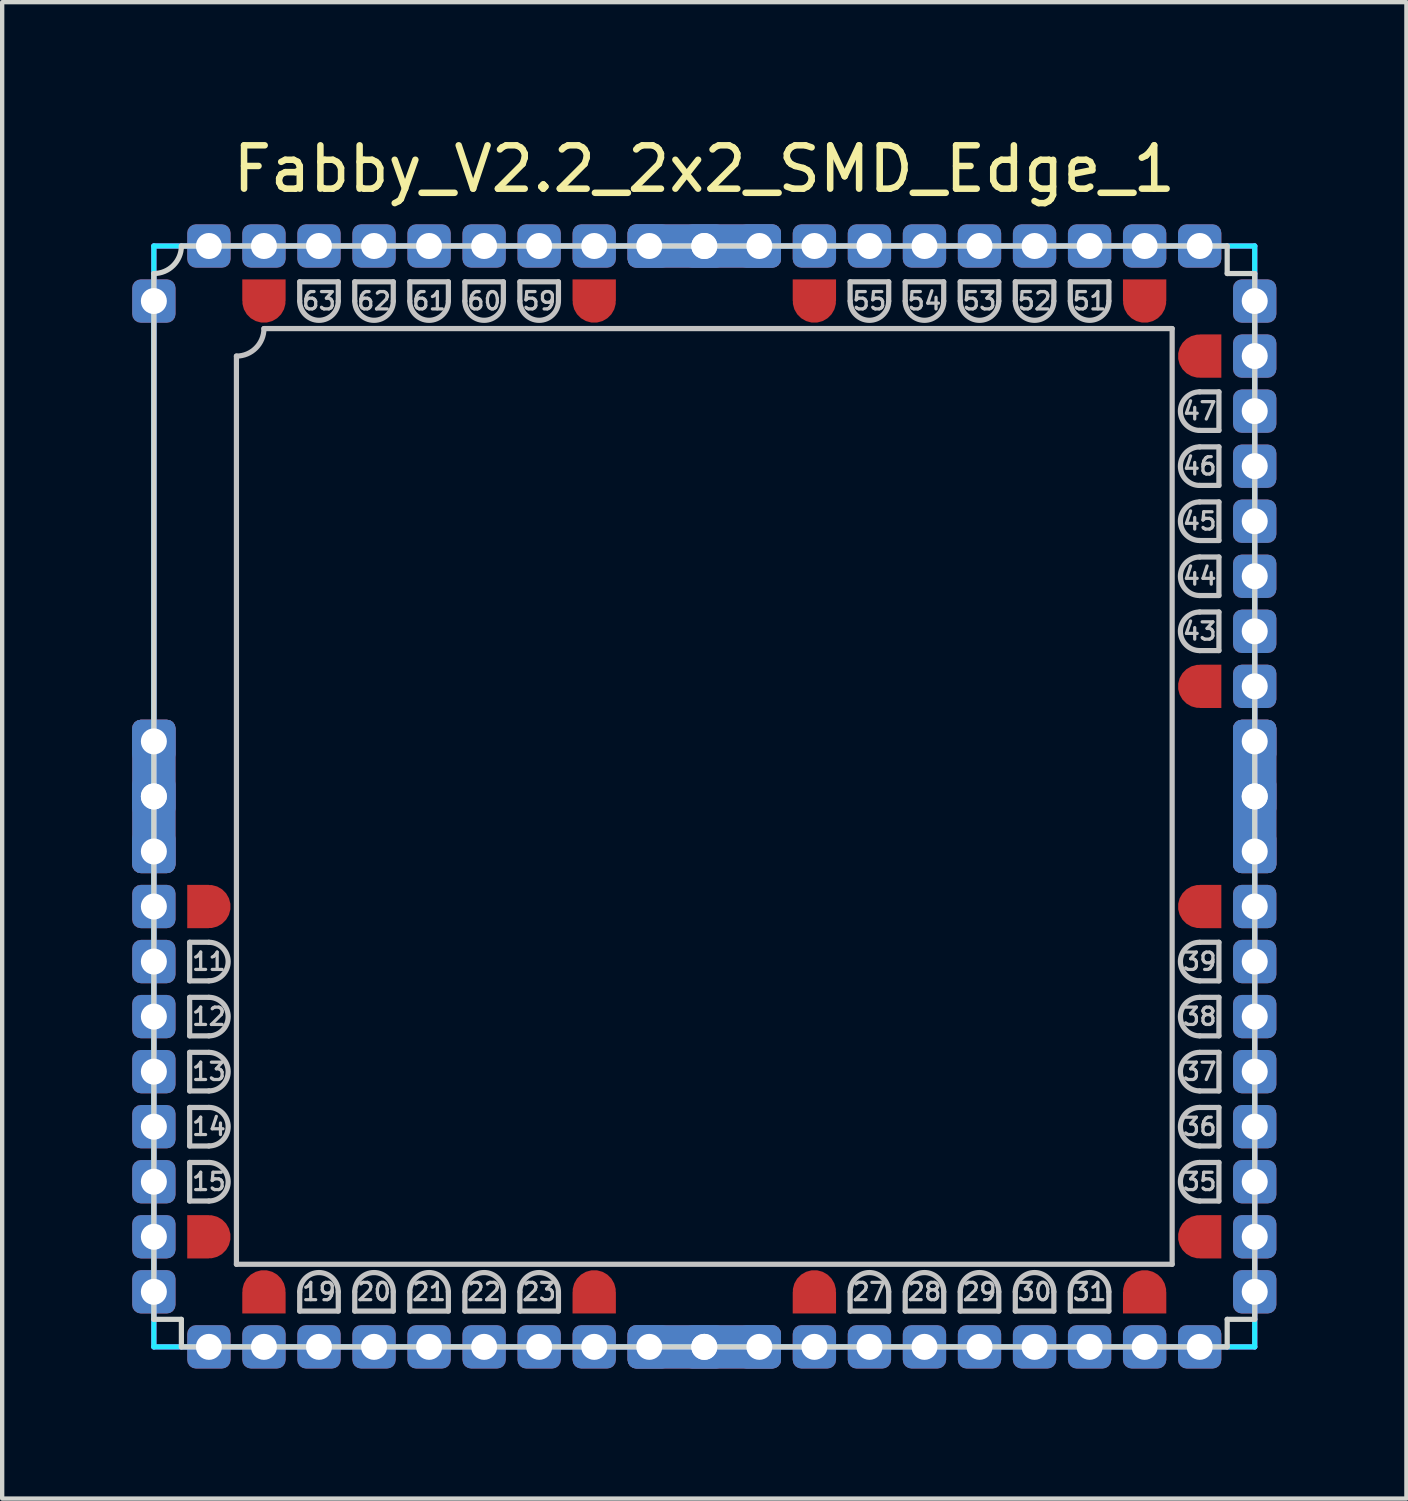
<source format=kicad_pcb>
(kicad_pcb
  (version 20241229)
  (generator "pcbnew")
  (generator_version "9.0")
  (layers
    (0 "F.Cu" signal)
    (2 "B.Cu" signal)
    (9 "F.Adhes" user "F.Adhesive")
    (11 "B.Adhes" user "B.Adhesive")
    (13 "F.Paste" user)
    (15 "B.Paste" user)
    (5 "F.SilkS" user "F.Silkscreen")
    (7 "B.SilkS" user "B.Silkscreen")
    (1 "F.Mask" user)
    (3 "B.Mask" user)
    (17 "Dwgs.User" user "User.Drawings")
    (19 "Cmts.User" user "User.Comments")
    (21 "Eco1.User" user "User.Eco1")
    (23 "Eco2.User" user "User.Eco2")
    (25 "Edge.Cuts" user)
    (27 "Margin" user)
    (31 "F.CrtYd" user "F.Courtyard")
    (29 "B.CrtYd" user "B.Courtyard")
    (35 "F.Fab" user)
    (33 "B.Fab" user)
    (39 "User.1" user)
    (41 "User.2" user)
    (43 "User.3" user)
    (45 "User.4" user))
  (footprint "Fabby_V2.2_2x2_SMD_Edge_1"
    (layer "F.Cu")
    (at 13.2 15.326)
    (property "Reference" "Fabby_V2.2_2x2_SMD_Edge_1" (at 0 -14.478 0) (layer "F.SilkS") (effects (font (size 1 1) (thickness 0.15))))
    (attr through_hole)
    (fp_line (start -11.874 3.365) (end -11.874 4.255) (stroke (width 0.12) (type solid)) (layer "Dwgs.User"))
    (fp_line (start -11.874 3.365) (end -11.43 3.365) (stroke (width 0.12) (type solid)) (layer "Dwgs.User"))
    (fp_line (start -11.874 4.255) (end -11.43 4.255) (stroke (width 0.12) (type solid)) (layer "Dwgs.User"))
    (fp_line (start -11.874 4.636) (end -11.874 5.524) (stroke (width 0.12) (type solid)) (layer "Dwgs.User"))
    (fp_line (start -11.874 4.636) (end -11.43 4.636) (stroke (width 0.12) (type solid)) (layer "Dwgs.User"))
    (fp_line (start -11.874 5.524) (end -11.43 5.524) (stroke (width 0.12) (type solid)) (layer "Dwgs.User"))
    (fp_line (start -11.874 5.905) (end -11.874 6.795) (stroke (width 0.12) (type solid)) (layer "Dwgs.User"))
    (fp_line (start -11.874 5.905) (end -11.43 5.905) (stroke (width 0.12) (type solid)) (layer "Dwgs.User"))
    (fp_line (start -11.874 6.795) (end -11.43 6.795) (stroke (width 0.12) (type solid)) (layer "Dwgs.User"))
    (fp_line (start -11.874 7.176) (end -11.874 8.065) (stroke (width 0.12) (type solid)) (layer "Dwgs.User"))
    (fp_line (start -11.874 7.176) (end -11.43 7.176) (stroke (width 0.12) (type solid)) (layer "Dwgs.User"))
    (fp_line (start -11.874 8.065) (end -11.43 8.065) (stroke (width 0.12) (type solid)) (layer "Dwgs.User"))
    (fp_line (start -11.874 8.445) (end -11.874 9.335) (stroke (width 0.12) (type solid)) (layer "Dwgs.User"))
    (fp_line (start -11.874 8.445) (end -11.43 8.445) (stroke (width 0.12) (type solid)) (layer "Dwgs.User"))
    (fp_line (start -11.874 9.335) (end -11.43 9.335) (stroke (width 0.12) (type solid)) (layer "Dwgs.User"))
    (fp_line (start -10.795 10.795) (end -10.795 -10.16) (stroke (width 0.12) (type solid)) (layer "Dwgs.User"))
    (fp_line (start -10.16 -10.795) (end 10.795 -10.795) (stroke (width 0.12) (type solid)) (layer "Dwgs.User"))
    (fp_line (start -9.335 -11.874) (end -9.335 -11.43) (stroke (width 0.12) (type solid)) (layer "Dwgs.User"))
    (fp_line (start -9.335 11.874) (end -9.335 11.43) (stroke (width 0.12) (type solid)) (layer "Dwgs.User"))
    (fp_line (start -9.335 11.874) (end -8.445 11.874) (stroke (width 0.12) (type solid)) (layer "Dwgs.User"))
    (fp_line (start -8.445 -11.874) (end -9.335 -11.874) (stroke (width 0.12) (type solid)) (layer "Dwgs.User"))
    (fp_line (start -8.445 -11.874) (end -8.445 -11.43) (stroke (width 0.12) (type solid)) (layer "Dwgs.User"))
    (fp_line (start -8.445 11.874) (end -8.445 11.43) (stroke (width 0.12) (type solid)) (layer "Dwgs.User"))
    (fp_line (start -8.065 -11.874) (end -8.065 -11.43) (stroke (width 0.12) (type solid)) (layer "Dwgs.User"))
    (fp_line (start -8.065 11.874) (end -8.065 11.43) (stroke (width 0.12) (type solid)) (layer "Dwgs.User"))
    (fp_line (start -8.065 11.874) (end -7.176 11.874) (stroke (width 0.12) (type solid)) (layer "Dwgs.User"))
    (fp_line (start -7.176 -11.874) (end -8.065 -11.874) (stroke (width 0.12) (type solid)) (layer "Dwgs.User"))
    (fp_line (start -7.176 -11.874) (end -7.176 -11.43) (stroke (width 0.12) (type solid)) (layer "Dwgs.User"))
    (fp_line (start -7.176 11.874) (end -7.176 11.43) (stroke (width 0.12) (type solid)) (layer "Dwgs.User"))
    (fp_line (start -6.795 -11.874) (end -6.795 -11.43) (stroke (width 0.12) (type solid)) (layer "Dwgs.User"))
    (fp_line (start -6.795 11.874) (end -6.795 11.43) (stroke (width 0.12) (type solid)) (layer "Dwgs.User"))
    (fp_line (start -6.795 11.874) (end -5.905 11.874) (stroke (width 0.12) (type solid)) (layer "Dwgs.User"))
    (fp_line (start -5.905 -11.874) (end -6.795 -11.874) (stroke (width 0.12) (type solid)) (layer "Dwgs.User"))
    (fp_line (start -5.905 -11.874) (end -5.905 -11.43) (stroke (width 0.12) (type solid)) (layer "Dwgs.User"))
    (fp_line (start -5.905 11.874) (end -5.905 11.43) (stroke (width 0.12) (type solid)) (layer "Dwgs.User"))
    (fp_line (start -5.524 -11.874) (end -5.524 -11.43) (stroke (width 0.12) (type solid)) (layer "Dwgs.User"))
    (fp_line (start -5.524 11.874) (end -5.524 11.43) (stroke (width 0.12) (type solid)) (layer "Dwgs.User"))
    (fp_line (start -5.524 11.874) (end -4.636 11.874) (stroke (width 0.12) (type solid)) (layer "Dwgs.User"))
    (fp_line (start -4.636 -11.874) (end -5.524 -11.874) (stroke (width 0.12) (type solid)) (layer "Dwgs.User"))
    (fp_line (start -4.636 -11.874) (end -4.636 -11.43) (stroke (width 0.12) (type solid)) (layer "Dwgs.User"))
    (fp_line (start -4.636 11.874) (end -4.636 11.43) (stroke (width 0.12) (type solid)) (layer "Dwgs.User"))
    (fp_line (start -4.255 -11.874) (end -4.255 -11.43) (stroke (width 0.12) (type solid)) (layer "Dwgs.User"))
    (fp_line (start -4.255 11.874) (end -4.255 11.43) (stroke (width 0.12) (type solid)) (layer "Dwgs.User"))
    (fp_line (start -4.255 11.874) (end -3.365 11.874) (stroke (width 0.12) (type solid)) (layer "Dwgs.User"))
    (fp_line (start -3.365 -11.874) (end -4.255 -11.874) (stroke (width 0.12) (type solid)) (layer "Dwgs.User"))
    (fp_line (start -3.365 -11.874) (end -3.365 -11.43) (stroke (width 0.12) (type solid)) (layer "Dwgs.User"))
    (fp_line (start -3.365 11.874) (end -3.365 11.43) (stroke (width 0.12) (type solid)) (layer "Dwgs.User"))
    (fp_line (start 3.365 -11.874) (end 3.365 -11.43) (stroke (width 0.12) (type solid)) (layer "Dwgs.User"))
    (fp_line (start 3.365 11.874) (end 3.365 11.43) (stroke (width 0.12) (type solid)) (layer "Dwgs.User"))
    (fp_line (start 3.365 11.874) (end 4.255 11.874) (stroke (width 0.12) (type solid)) (layer "Dwgs.User"))
    (fp_line (start 4.255 -11.874) (end 3.365 -11.874) (stroke (width 0.12) (type solid)) (layer "Dwgs.User"))
    (fp_line (start 4.255 -11.874) (end 4.255 -11.43) (stroke (width 0.12) (type solid)) (layer "Dwgs.User"))
    (fp_line (start 4.255 11.874) (end 4.255 11.43) (stroke (width 0.12) (type solid)) (layer "Dwgs.User"))
    (fp_line (start 4.636 -11.874) (end 4.636 -11.43) (stroke (width 0.12) (type solid)) (layer "Dwgs.User"))
    (fp_line (start 4.636 11.874) (end 4.636 11.43) (stroke (width 0.12) (type solid)) (layer "Dwgs.User"))
    (fp_line (start 4.636 11.874) (end 5.524 11.874) (stroke (width 0.12) (type solid)) (layer "Dwgs.User"))
    (fp_line (start 5.524 -11.874) (end 4.636 -11.874) (stroke (width 0.12) (type solid)) (layer "Dwgs.User"))
    (fp_line (start 5.524 -11.874) (end 5.524 -11.43) (stroke (width 0.12) (type solid)) (layer "Dwgs.User"))
    (fp_line (start 5.524 11.874) (end 5.524 11.43) (stroke (width 0.12) (type solid)) (layer "Dwgs.User"))
    (fp_line (start 5.905 -11.874) (end 5.905 -11.43) (stroke (width 0.12) (type solid)) (layer "Dwgs.User"))
    (fp_line (start 5.905 11.874) (end 5.905 11.43) (stroke (width 0.12) (type solid)) (layer "Dwgs.User"))
    (fp_line (start 5.905 11.874) (end 6.795 11.874) (stroke (width 0.12) (type solid)) (layer "Dwgs.User"))
    (fp_line (start 6.795 -11.874) (end 5.905 -11.874) (stroke (width 0.12) (type solid)) (layer "Dwgs.User"))
    (fp_line (start 6.795 -11.874) (end 6.795 -11.43) (stroke (width 0.12) (type solid)) (layer "Dwgs.User"))
    (fp_line (start 6.795 11.874) (end 6.795 11.43) (stroke (width 0.12) (type solid)) (layer "Dwgs.User"))
    (fp_line (start 7.176 -11.874) (end 7.176 -11.43) (stroke (width 0.12) (type solid)) (layer "Dwgs.User"))
    (fp_line (start 7.176 11.874) (end 7.176 11.43) (stroke (width 0.12) (type solid)) (layer "Dwgs.User"))
    (fp_line (start 7.176 11.874) (end 8.065 11.874) (stroke (width 0.12) (type solid)) (layer "Dwgs.User"))
    (fp_line (start 8.065 -11.874) (end 7.176 -11.874) (stroke (width 0.12) (type solid)) (layer "Dwgs.User"))
    (fp_line (start 8.065 -11.874) (end 8.065 -11.43) (stroke (width 0.12) (type solid)) (layer "Dwgs.User"))
    (fp_line (start 8.065 11.874) (end 8.065 11.43) (stroke (width 0.12) (type solid)) (layer "Dwgs.User"))
    (fp_line (start 8.445 -11.874) (end 8.445 -11.43) (stroke (width 0.12) (type solid)) (layer "Dwgs.User"))
    (fp_line (start 8.445 11.874) (end 8.445 11.43) (stroke (width 0.12) (type solid)) (layer "Dwgs.User"))
    (fp_line (start 8.445 11.874) (end 9.335 11.874) (stroke (width 0.12) (type solid)) (layer "Dwgs.User"))
    (fp_line (start 9.335 -11.874) (end 8.445 -11.874) (stroke (width 0.12) (type solid)) (layer "Dwgs.User"))
    (fp_line (start 9.335 -11.874) (end 9.335 -11.43) (stroke (width 0.12) (type solid)) (layer "Dwgs.User"))
    (fp_line (start 9.335 11.874) (end 9.335 11.43) (stroke (width 0.12) (type solid)) (layer "Dwgs.User"))
    (fp_line (start 10.795 -10.795) (end 10.795 10.795) (stroke (width 0.12) (type solid)) (layer "Dwgs.User"))
    (fp_line (start 10.795 10.795) (end -10.795 10.795) (stroke (width 0.12) (type solid)) (layer "Dwgs.User"))
    (fp_line (start 11.874 -9.335) (end 11.43 -9.335) (stroke (width 0.12) (type solid)) (layer "Dwgs.User"))
    (fp_line (start 11.874 -8.445) (end 11.43 -8.445) (stroke (width 0.12) (type solid)) (layer "Dwgs.User"))
    (fp_line (start 11.874 -8.445) (end 11.874 -9.335) (stroke (width 0.12) (type solid)) (layer "Dwgs.User"))
    (fp_line (start 11.874 -8.065) (end 11.43 -8.065) (stroke (width 0.12) (type solid)) (layer "Dwgs.User"))
    (fp_line (start 11.874 -7.176) (end 11.43 -7.176) (stroke (width 0.12) (type solid)) (layer "Dwgs.User"))
    (fp_line (start 11.874 -7.176) (end 11.874 -8.065) (stroke (width 0.12) (type solid)) (layer "Dwgs.User"))
    (fp_line (start 11.874 -6.795) (end 11.43 -6.795) (stroke (width 0.12) (type solid)) (layer "Dwgs.User"))
    (fp_line (start 11.874 -5.905) (end 11.43 -5.905) (stroke (width 0.12) (type solid)) (layer "Dwgs.User"))
    (fp_line (start 11.874 -5.905) (end 11.874 -6.795) (stroke (width 0.12) (type solid)) (layer "Dwgs.User"))
    (fp_line (start 11.874 -5.524) (end 11.43 -5.524) (stroke (width 0.12) (type solid)) (layer "Dwgs.User"))
    (fp_line (start 11.874 -4.636) (end 11.43 -4.636) (stroke (width 0.12) (type solid)) (layer "Dwgs.User"))
    (fp_line (start 11.874 -4.636) (end 11.874 -5.524) (stroke (width 0.12) (type solid)) (layer "Dwgs.User"))
    (fp_line (start 11.874 -4.255) (end 11.43 -4.255) (stroke (width 0.12) (type solid)) (layer "Dwgs.User"))
    (fp_line (start 11.874 -3.365) (end 11.43 -3.365) (stroke (width 0.12) (type solid)) (layer "Dwgs.User"))
    (fp_line (start 11.874 -3.365) (end 11.874 -4.255) (stroke (width 0.12) (type solid)) (layer "Dwgs.User"))
    (fp_line (start 11.874 3.365) (end 11.43 3.365) (stroke (width 0.12) (type solid)) (layer "Dwgs.User"))
    (fp_line (start 11.874 4.255) (end 11.43 4.255) (stroke (width 0.12) (type solid)) (layer "Dwgs.User"))
    (fp_line (start 11.874 4.255) (end 11.874 3.365) (stroke (width 0.12) (type solid)) (layer "Dwgs.User"))
    (fp_line (start 11.874 4.636) (end 11.43 4.636) (stroke (width 0.12) (type solid)) (layer "Dwgs.User"))
    (fp_line (start 11.874 5.524) (end 11.43 5.524) (stroke (width 0.12) (type solid)) (layer "Dwgs.User"))
    (fp_line (start 11.874 5.524) (end 11.874 4.636) (stroke (width 0.12) (type solid)) (layer "Dwgs.User"))
    (fp_line (start 11.874 5.905) (end 11.43 5.905) (stroke (width 0.12) (type solid)) (layer "Dwgs.User"))
    (fp_line (start 11.874 6.795) (end 11.43 6.795) (stroke (width 0.12) (type solid)) (layer "Dwgs.User"))
    (fp_line (start 11.874 6.795) (end 11.874 5.905) (stroke (width 0.12) (type solid)) (layer "Dwgs.User"))
    (fp_line (start 11.874 7.176) (end 11.43 7.176) (stroke (width 0.12) (type solid)) (layer "Dwgs.User"))
    (fp_line (start 11.874 8.065) (end 11.43 8.065) (stroke (width 0.12) (type solid)) (layer "Dwgs.User"))
    (fp_line (start 11.874 8.065) (end 11.874 7.176) (stroke (width 0.12) (type solid)) (layer "Dwgs.User"))
    (fp_line (start 11.874 8.445) (end 11.43 8.445) (stroke (width 0.12) (type solid)) (layer "Dwgs.User"))
    (fp_line (start 11.874 9.335) (end 11.43 9.335) (stroke (width 0.12) (type solid)) (layer "Dwgs.User"))
    (fp_line (start 11.874 9.335) (end 11.874 8.445) (stroke (width 0.12) (type solid)) (layer "Dwgs.User"))
    (fp_arc (start -11.43 3.3655) (mid -10.9855 3.81) (end -11.43 4.2545) (stroke (width 0.12) (type solid)) (layer "Dwgs.User"))
    (fp_arc (start -11.43 4.6355) (mid -10.9855 5.08) (end -11.43 5.5245) (stroke (width 0.12) (type solid)) (layer "Dwgs.User"))
    (fp_arc (start -11.43 5.9055) (mid -10.9855 6.35) (end -11.43 6.7945) (stroke (width 0.12) (type solid)) (layer "Dwgs.User"))
    (fp_arc (start -11.43 7.1755) (mid -10.9855 7.62) (end -11.43 8.0645) (stroke (width 0.12) (type solid)) (layer "Dwgs.User"))
    (fp_arc (start -11.43 8.4455) (mid -10.9855 8.89) (end -11.43 9.3345) (stroke (width 0.12) (type solid)) (layer "Dwgs.User"))
    (fp_arc (start -10.16 -10.795) (mid -10.345987 -10.345987) (end -10.795 -10.16) (stroke (width 0.12) (type solid)) (layer "Dwgs.User"))
    (fp_arc (start -9.3345 11.43) (mid -8.89 10.9855) (end -8.4455 11.43) (stroke (width 0.12) (type solid)) (layer "Dwgs.User"))
    (fp_arc (start -8.4455 -11.43) (mid -8.89 -10.9855) (end -9.3345 -11.43) (stroke (width 0.12) (type solid)) (layer "Dwgs.User"))
    (fp_arc (start -8.0645 11.43) (mid -7.62 10.9855) (end -7.1755 11.43) (stroke (width 0.12) (type solid)) (layer "Dwgs.User"))
    (fp_arc (start -7.1755 -11.43) (mid -7.62 -10.9855) (end -8.0645 -11.43) (stroke (width 0.12) (type solid)) (layer "Dwgs.User"))
    (fp_arc (start -6.7945 11.43) (mid -6.35 10.9855) (end -5.9055 11.43) (stroke (width 0.12) (type solid)) (layer "Dwgs.User"))
    (fp_arc (start -5.9055 -11.43) (mid -6.35 -10.9855) (end -6.7945 -11.43) (stroke (width 0.12) (type solid)) (layer "Dwgs.User"))
    (fp_arc (start -5.5245 11.43) (mid -5.08 10.9855) (end -4.6355 11.43) (stroke (width 0.12) (type solid)) (layer "Dwgs.User"))
    (fp_arc (start -4.6355 -11.43) (mid -5.08 -10.9855) (end -5.5245 -11.43) (stroke (width 0.12) (type solid)) (layer "Dwgs.User"))
    (fp_arc (start -4.2545 11.43) (mid -3.81 10.9855) (end -3.3655 11.43) (stroke (width 0.12) (type solid)) (layer "Dwgs.User"))
    (fp_arc (start -3.3655 -11.43) (mid -3.81 -10.9855) (end -4.2545 -11.43) (stroke (width 0.12) (type solid)) (layer "Dwgs.User"))
    (fp_arc (start 3.3655 11.43) (mid 3.81 10.9855) (end 4.2545 11.43) (stroke (width 0.12) (type solid)) (layer "Dwgs.User"))
    (fp_arc (start 4.2545 -11.43) (mid 3.81 -10.9855) (end 3.3655 -11.43) (stroke (width 0.12) (type solid)) (layer "Dwgs.User"))
    (fp_arc (start 4.6355 11.43) (mid 5.08 10.9855) (end 5.5245 11.43) (stroke (width 0.12) (type solid)) (layer "Dwgs.User"))
    (fp_arc (start 5.5245 -11.43) (mid 5.08 -10.9855) (end 4.6355 -11.43) (stroke (width 0.12) (type solid)) (layer "Dwgs.User"))
    (fp_arc (start 5.9055 11.43) (mid 6.35 10.9855) (end 6.7945 11.43) (stroke (width 0.12) (type solid)) (layer "Dwgs.User"))
    (fp_arc (start 6.7945 -11.43) (mid 6.35 -10.9855) (end 5.9055 -11.43) (stroke (width 0.12) (type solid)) (layer "Dwgs.User"))
    (fp_arc (start 7.1755 11.43) (mid 7.62 10.9855) (end 8.0645 11.43) (stroke (width 0.12) (type solid)) (layer "Dwgs.User"))
    (fp_arc (start 8.0645 -11.43) (mid 7.62 -10.9855) (end 7.1755 -11.43) (stroke (width 0.12) (type solid)) (layer "Dwgs.User"))
    (fp_arc (start 8.4455 11.43) (mid 8.89 10.9855) (end 9.3345 11.43) (stroke (width 0.12) (type solid)) (layer "Dwgs.User"))
    (fp_arc (start 9.3345 -11.43) (mid 8.89 -10.9855) (end 8.4455 -11.43) (stroke (width 0.12) (type solid)) (layer "Dwgs.User"))
    (fp_arc (start 11.43 -8.4455) (mid 10.9855 -8.89) (end 11.43 -9.3345) (stroke (width 0.12) (type solid)) (layer "Dwgs.User"))
    (fp_arc (start 11.43 -7.1755) (mid 10.9855 -7.62) (end 11.43 -8.0645) (stroke (width 0.12) (type solid)) (layer "Dwgs.User"))
    (fp_arc (start 11.43 -5.9055) (mid 10.9855 -6.35) (end 11.43 -6.7945) (stroke (width 0.12) (type solid)) (layer "Dwgs.User"))
    (fp_arc (start 11.43 -4.6355) (mid 10.9855 -5.08) (end 11.43 -5.5245) (stroke (width 0.12) (type solid)) (layer "Dwgs.User"))
    (fp_arc (start 11.43 -3.3655) (mid 10.9855 -3.81) (end 11.43 -4.2545) (stroke (width 0.12) (type solid)) (layer "Dwgs.User"))
    (fp_arc (start 11.43 4.2545) (mid 10.9855 3.81) (end 11.43 3.3655) (stroke (width 0.12) (type solid)) (layer "Dwgs.User"))
    (fp_arc (start 11.43 5.5245) (mid 10.9855 5.08) (end 11.43 4.6355) (stroke (width 0.12) (type solid)) (layer "Dwgs.User"))
    (fp_arc (start 11.43 6.7945) (mid 10.9855 6.35) (end 11.43 5.9055) (stroke (width 0.12) (type solid)) (layer "Dwgs.User"))
    (fp_arc (start 11.43 8.0645) (mid 10.9855 7.62) (end 11.43 7.1755) (stroke (width 0.12) (type solid)) (layer "Dwgs.User"))
    (fp_arc (start 11.43 9.3345) (mid 10.9855 8.89) (end 11.43 8.4455) (stroke (width 0.12) (type solid)) (layer "Dwgs.User"))
    (fp_line (start -12.7 12.065) (end -12.7 -12.065) (stroke (width 0.12) (type solid)) (layer "Edge.Cuts"))
    (fp_line (start -12.7 12.065) (end -12.065 12.065) (stroke (width 0.12) (type solid)) (layer "Edge.Cuts"))
    (fp_line (start -12.065 -12.7) (end 12.065 -12.7) (stroke (width 0.12) (type solid)) (layer "Edge.Cuts"))
    (fp_line (start -12.065 12.065) (end -12.065 12.7) (stroke (width 0.12) (type solid)) (layer "Edge.Cuts"))
    (fp_line (start -12.065 12.7) (end 12.065 12.7) (stroke (width 0.12) (type solid)) (layer "Edge.Cuts"))
    (fp_line (start 12.065 -12.7) (end 12.065 -12.065) (stroke (width 0.12) (type solid)) (layer "Edge.Cuts"))
    (fp_line (start 12.065 -12.065) (end 12.7 -12.065) (stroke (width 0.12) (type solid)) (layer "Edge.Cuts"))
    (fp_line (start 12.065 12.065) (end 12.7 12.065) (stroke (width 0.12) (type solid)) (layer "Edge.Cuts"))
    (fp_line (start 12.065 12.7) (end 12.065 12.065) (stroke (width 0.12) (type solid)) (layer "Edge.Cuts"))
    (fp_line (start 12.7 -12.065) (end 12.7 12.065) (stroke (width 0.12) (type solid)) (layer "Edge.Cuts"))
    (fp_arc (start -12.065 -12.7) (mid -12.250987 -12.250987) (end -12.7 -12.065) (stroke (width 0.12) (type solid)) (layer "Edge.Cuts"))
    (fp_line (start -12.7 -12.7) (end 12.7 -12.7) (stroke (width 0.12) (type solid)) (layer "B.CrtYd"))
    (fp_line (start -12.7 12.7) (end -12.7 -12.7) (stroke (width 0.12) (type solid)) (layer "B.CrtYd"))
    (fp_line (start 12.7 -12.7) (end 12.7 12.7) (stroke (width 0.12) (type solid)) (layer "B.CrtYd"))
    (fp_line (start 12.7 12.7) (end -12.7 12.7) (stroke (width 0.12) (type solid)) (layer "B.CrtYd"))
    (fp_line (start -12.7 -12.7) (end 12.7 -12.7) (stroke (width 0.12) (type solid)) (layer "F.CrtYd"))
    (fp_line (start -12.7 12.7) (end -12.7 -12.7) (stroke (width 0.12) (type solid)) (layer "F.CrtYd"))
    (fp_line (start 12.7 -12.7) (end 12.7 12.7) (stroke (width 0.12) (type solid)) (layer "F.CrtYd"))
    (fp_line (start 12.7 12.7) (end -12.7 12.7) (stroke (width 0.12) (type solid)) (layer "F.CrtYd"))
    (fp_text user "13" (at -11.43 6.35 0) (layer "Dwgs.User") (effects (font (size 0.4 0.4) (thickness 0.075))))
    (fp_text user "54" (at 5.08 -11.43 0) (layer "Dwgs.User") (effects (font (size 0.4 0.4) (thickness 0.075))))
    (fp_text user "20" (at -7.62 11.43 0) (layer "Dwgs.User") (effects (font (size 0.4 0.4) (thickness 0.075))))
    (fp_text user "38" (at 11.43 5.08 0) (layer "Dwgs.User") (effects (font (size 0.4 0.4) (thickness 0.075))))
    (fp_text user "59" (at -3.81 -11.43 0) (layer "Dwgs.User") (effects (font (size 0.4 0.4) (thickness 0.075))))
    (fp_text user "53" (at 6.35 -11.43 0) (layer "Dwgs.User") (effects (font (size 0.4 0.4) (thickness 0.075))))
    (fp_text user "52" (at 7.62 -11.43 0) (layer "Dwgs.User") (effects (font (size 0.4 0.4) (thickness 0.075))))
    (fp_text user "36" (at 11.43 7.62 0) (layer "Dwgs.User") (effects (font (size 0.4 0.4) (thickness 0.075))))
    (fp_text user "62" (at -7.62 -11.43 0) (layer "Dwgs.User") (effects (font (size 0.4 0.4) (thickness 0.075))))
    (fp_text user "22" (at -5.08 11.43 0) (layer "Dwgs.User") (effects (font (size 0.4 0.4) (thickness 0.075))))
    (fp_text user "39" (at 11.43 3.81 0) (layer "Dwgs.User") (effects (font (size 0.4 0.4) (thickness 0.075))))
    (fp_text user "27" (at 3.81 11.43 0) (layer "Dwgs.User") (effects (font (size 0.4 0.4) (thickness 0.075))))
    (fp_text user "11" (at -11.43 3.81 0) (layer "Dwgs.User") (effects (font (size 0.4 0.4) (thickness 0.075))))
    (fp_text user "44" (at 11.43 -5.08 0) (layer "Dwgs.User") (effects (font (size 0.4 0.4) (thickness 0.075))))
    (fp_text user "47" (at 11.43 -8.89 0) (layer "Dwgs.User") (effects (font (size 0.4 0.4) (thickness 0.075))))
    (fp_text user "37" (at 11.43 6.35 0) (layer "Dwgs.User") (effects (font (size 0.4 0.4) (thickness 0.075))))
    (fp_text user "23" (at -3.81 11.43 0) (layer "Dwgs.User") (effects (font (size 0.4 0.4) (thickness 0.075))))
    (fp_text user "51" (at 8.89 -11.43 0) (layer "Dwgs.User") (effects (font (size 0.4 0.4) (thickness 0.075))))
    (fp_text user "35" (at 11.43 8.89 0) (layer "Dwgs.User") (effects (font (size 0.4 0.4) (thickness 0.075))))
    (fp_text user "46" (at 11.43 -7.62 0) (layer "Dwgs.User") (effects (font (size 0.4 0.4) (thickness 0.075))))
    (fp_text user "12" (at -11.43 5.08 0) (layer "Dwgs.User") (effects (font (size 0.4 0.4) (thickness 0.075))))
    (fp_text user "61" (at -6.35 -11.43 0) (layer "Dwgs.User") (effects (font (size 0.4 0.4) (thickness 0.075))))
    (fp_text user "60" (at -5.08 -11.43 0) (layer "Dwgs.User") (effects (font (size 0.4 0.4) (thickness 0.075))))
    (fp_text user "19" (at -8.89 11.43 0) (layer "Dwgs.User") (effects (font (size 0.4 0.4) (thickness 0.075))))
    (fp_text user "30" (at 7.62 11.43 0) (layer "Dwgs.User") (effects (font (size 0.4 0.4) (thickness 0.075))))
    (fp_text user "45" (at 11.43 -6.35 0) (layer "Dwgs.User") (effects (font (size 0.4 0.4) (thickness 0.075))))
    (fp_text user "15" (at -11.43 8.89 0) (layer "Dwgs.User") (effects (font (size 0.4 0.4) (thickness 0.075))))
    (fp_text user "55" (at 3.81 -11.43 0) (layer "Dwgs.User") (effects (font (size 0.4 0.4) (thickness 0.075))))
    (fp_text user "43" (at 11.43 -3.81 0) (layer "Dwgs.User") (effects (font (size 0.4 0.4) (thickness 0.075))))
    (fp_text user "63" (at -8.89 -11.43 0) (layer "Dwgs.User") (effects (font (size 0.4 0.4) (thickness 0.075))))
    (fp_text user "31" (at 8.89 11.43 0) (layer "Dwgs.User") (effects (font (size 0.4 0.4) (thickness 0.075))))
    (fp_text user "21" (at -6.35 11.43 0) (layer "Dwgs.User") (effects (font (size 0.4 0.4) (thickness 0.075))))
    (fp_text user "14" (at -11.43 7.62 0) (layer "Dwgs.User") (effects (font (size 0.4 0.4) (thickness 0.075))))
    (fp_text user "29" (at 6.35 11.43 0) (layer "Dwgs.User") (effects (font (size 0.4 0.4) (thickness 0.075))))
    (fp_text user "28" (at 5.08 11.43 0) (layer "Dwgs.User") (effects (font (size 0.4 0.4) (thickness 0.075))))
    (pad "" thru_hole roundrect (at -12.7 2.54 270) (size 1 1) (drill 0.6) (layers "*.Cu" "*.Mask") (roundrect_rratio 0.2))
    (pad "" thru_hole roundrect (at -12.7 10.16 270) (size 1 1) (drill 0.6) (layers "*.Cu" "*.Mask") (roundrect_rratio 0.2))
    (pad "" thru_hole roundrect (at -10.16 -12.7 270) (size 1 1) (drill 0.6) (layers "*.Cu" "*.Mask") (roundrect_rratio 0.2))
    (pad "" thru_hole roundrect (at -10.16 12.7 270) (size 1 1) (drill 0.6) (layers "*.Cu" "*.Mask") (roundrect_rratio 0.2))
    (pad "" thru_hole roundrect (at -2.54 -12.7 270) (size 1 1) (drill 0.6) (layers "*.Cu" "*.Mask") (roundrect_rratio 0.2))
    (pad "" thru_hole roundrect (at -2.54 12.7 270) (size 1 1) (drill 0.6) (layers "*.Cu" "*.Mask") (roundrect_rratio 0.2))
    (pad "" thru_hole roundrect (at 2.54 -12.7 270) (size 1 1) (drill 0.6) (layers "*.Cu" "*.Mask") (roundrect_rratio 0.2))
    (pad "" thru_hole roundrect (at 2.54 12.7 270) (size 1 1) (drill 0.6) (layers "*.Cu" "*.Mask") (roundrect_rratio 0.2))
    (pad "" thru_hole roundrect (at 10.16 -12.7 270) (size 1 1) (drill 0.6) (layers "*.Cu" "*.Mask") (roundrect_rratio 0.2))
    (pad "" thru_hole roundrect (at 10.16 12.7 270) (size 1 1) (drill 0.6) (layers "*.Cu" "*.Mask") (roundrect_rratio 0.2))
    (pad "" thru_hole roundrect (at 12.7 -10.16 270) (size 1 1) (drill 0.6) (layers "*.Cu" "*.Mask") (roundrect_rratio 0.2))
    (pad "" thru_hole roundrect (at 12.7 -2.54 270) (size 1 1) (drill 0.6) (layers "*.Cu" "*.Mask") (roundrect_rratio 0.2))
    (pad "" thru_hole roundrect (at 12.7 2.54 270) (size 1 1) (drill 0.6) (layers "*.Cu" "*.Mask") (roundrect_rratio 0.2))
    (pad "" thru_hole roundrect (at 12.7 10.16 270) (size 1 1) (drill 0.6) (layers "*.Cu" "*.Mask") (roundrect_rratio 0.2))
    (pad "1" thru_hole roundrect (at -12.7 -11.43 270) (size 1 1) (drill 0.6) (layers "*.Cu" "*.Mask") (roundrect_rratio 0.2))
    (pad "1" thru_hole roundrect (at -12.7 -1.27 270) (size 1 1) (drill 0.6) (layers "*.Cu" "*.Mask") (roundrect_rratio 0.2))
    (pad "1" thru_hole roundrect (at -12.7 0 180) (size 1 2.254) (drill 0.6 (offset 0 -0.643)) (layers "*.Cu" "*.Mask") (roundrect_rratio 0.2))
    (pad "1" thru_hole roundrect (at -12.7 0) (size 1 2.254) (drill 0.6 (offset 0 -0.643)) (layers "*.Cu" "*.Mask") (roundrect_rratio 0.2))
    (pad "1" thru_hole roundrect (at -12.7 1.27 270) (size 1 1) (drill 0.6) (layers "*.Cu" "*.Mask") (roundrect_rratio 0.2))
    (pad "1" thru_hole roundrect (at -12.7 11.43 270) (size 1 1) (drill 0.6) (layers "*.Cu" "*.Mask") (roundrect_rratio 0.2))
    (pad "1" thru_hole roundrect (at -11.43 -12.7 180) (size 1 1) (drill 0.6) (layers "*.Cu" "*.Mask") (roundrect_rratio 0.2))
    (pad "1" thru_hole roundrect (at -11.43 12.7) (size 1 1) (drill 0.6) (layers "*.Cu" "*.Mask") (roundrect_rratio 0.2))
    (pad "1" thru_hole roundrect (at -1.27 -12.7) (size 1 1) (drill 0.6) (layers "*.Cu" "*.Mask") (roundrect_rratio 0.2))
    (pad "1" thru_hole roundrect (at -1.27 12.7) (size 1 1) (drill 0.6) (layers "*.Cu" "*.Mask") (roundrect_rratio 0.2))
    (pad "1" thru_hole roundrect (at 0 -12.7 90) (size 1 2.254) (drill 0.6 (offset 0 -0.643)) (layers "*.Cu" "*.Mask") (roundrect_rratio 0.2))
    (pad "1" thru_hole roundrect (at 0 -12.7 270) (size 1 2.254) (drill 0.6 (offset 0 -0.643)) (layers "*.Cu" "*.Mask") (roundrect_rratio 0.2))
    (pad "1" thru_hole roundrect (at 0 12.7 270) (size 1 2.254) (drill 0.6 (offset 0 -0.643)) (layers "*.Cu" "*.Mask") (roundrect_rratio 0.2))
    (pad "1" thru_hole roundrect (at 0 12.7 90) (size 1 2.254) (drill 0.6 (offset 0 -0.643)) (layers "*.Cu" "*.Mask") (roundrect_rratio 0.2))
    (pad "1" thru_hole roundrect (at 1.27 -12.7) (size 1 1) (drill 0.6) (layers "*.Cu" "*.Mask") (roundrect_rratio 0.2))
    (pad "1" thru_hole roundrect (at 1.27 12.7) (size 1 1) (drill 0.6) (layers "*.Cu" "*.Mask") (roundrect_rratio 0.2))
    (pad "1" thru_hole roundrect (at 11.43 -12.7 180) (size 1 1) (drill 0.6) (layers "*.Cu" "*.Mask") (roundrect_rratio 0.2))
    (pad "1" thru_hole roundrect (at 11.43 12.7) (size 1 1) (drill 0.6) (layers "*.Cu" "*.Mask") (roundrect_rratio 0.2))
    (pad "1" thru_hole roundrect (at 12.7 -11.43 90) (size 1 1) (drill 0.6) (layers "*.Cu" "*.Mask") (roundrect_rratio 0.2))
    (pad "1" thru_hole roundrect (at 12.7 -1.27 270) (size 1 1) (drill 0.6) (layers "*.Cu" "*.Mask") (roundrect_rratio 0.2))
    (pad "1" thru_hole roundrect (at 12.7 0) (size 1 2.254) (drill 0.6 (offset 0 -0.643)) (layers "*.Cu" "*.Mask") (roundrect_rratio 0.2))
    (pad "1" thru_hole roundrect (at 12.7 0 180) (size 1 2.254) (drill 0.6 (offset 0 -0.643)) (layers "*.Cu" "*.Mask") (roundrect_rratio 0.2))
    (pad "1" thru_hole roundrect (at 12.7 1.27 270) (size 1 1) (drill 0.6) (layers "*.Cu" "*.Mask") (roundrect_rratio 0.2))
    (pad "1" thru_hole roundrect (at 12.7 11.43 90) (size 1 1) (drill 0.6) (layers "*.Cu" "*.Mask") (roundrect_rratio 0.2))
    (pad "9" smd custom (at -11.43 2.54) (size 1 1) (layers "F.Cu" "F.Mask" "F.Paste") (options (anchor circle)) (primitives (gr_poly (pts (xy -0.5 -0.5) (xy 0 -0.5) (xy 0 0.5) (xy -0.5 0.5)) (width 0) (fill yes))))
    (pad "10" thru_hole roundrect (at -12.7 3.81 270) (size 1 1) (drill 0.6) (layers "*.Cu" "*.Mask") (roundrect_rratio 0.2))
    (pad "11" thru_hole roundrect (at -12.7 5.08 270) (size 1 1) (drill 0.6) (layers "*.Cu" "*.Mask") (roundrect_rratio 0.2))
    (pad "12" thru_hole roundrect (at -12.7 6.35 270) (size 1 1) (drill 0.6) (layers "*.Cu" "*.Mask") (roundrect_rratio 0.2))
    (pad "13" thru_hole roundrect (at -12.7 7.62 270) (size 1 1) (drill 0.6) (layers "*.Cu" "*.Mask") (roundrect_rratio 0.2))
    (pad "14" thru_hole roundrect (at -12.7 8.89 270) (size 1 1) (drill 0.6) (layers "*.Cu" "*.Mask") (roundrect_rratio 0.2))
    (pad "15" smd custom (at -11.43 10.16) (size 1 1) (layers "F.Cu" "F.Mask" "F.Paste") (options (anchor circle)) (primitives (gr_poly (pts (xy -0.5 -0.5) (xy 0 -0.5) (xy 0 0.5) (xy -0.5 0.5)) (width 0) (fill yes))))
    (pad "16" smd custom (at -10.16 11.43 90) (size 1 1) (layers "F.Cu" "F.Mask" "F.Paste") (options (anchor circle)) (primitives (gr_poly (pts (xy -0.5 -0.5) (xy 0 -0.5) (xy 0 0.5) (xy -0.5 0.5)) (width 0) (fill yes))))
    (pad "17" thru_hole roundrect (at -8.89 12.7 270) (size 1 1) (drill 0.6) (layers "*.Cu" "*.Mask") (roundrect_rratio 0.2))
    (pad "18" thru_hole roundrect (at -7.62 12.7 270) (size 1 1) (drill 0.6) (layers "*.Cu" "*.Mask") (roundrect_rratio 0.2))
    (pad "19" thru_hole roundrect (at -6.35 12.7 270) (size 1 1) (drill 0.6) (layers "*.Cu" "*.Mask") (roundrect_rratio 0.2))
    (pad "20" thru_hole roundrect (at -5.08 12.7 270) (size 1 1) (drill 0.6) (layers "*.Cu" "*.Mask") (roundrect_rratio 0.2))
    (pad "21" thru_hole roundrect (at -3.81 12.7 270) (size 1 1) (drill 0.6) (layers "*.Cu" "*.Mask") (roundrect_rratio 0.2))
    (pad "22" smd custom (at -2.54 11.43 90) (size 1 1) (layers "F.Cu" "F.Mask" "F.Paste") (options (anchor circle)) (primitives (gr_poly (pts (xy -0.5 -0.5) (xy 0 -0.5) (xy 0 0.5) (xy -0.5 0.5)) (width 0) (fill yes))))
    (pad "23" smd custom (at 2.54 11.43 90) (size 1 1) (layers "F.Cu" "F.Mask" "F.Paste") (options (anchor circle)) (primitives (gr_poly (pts (xy -0.5 -0.5) (xy 0 -0.5) (xy 0 0.5) (xy -0.5 0.5)) (width 0) (fill yes))))
    (pad "24" thru_hole roundrect (at 3.81 12.7 270) (size 1 1) (drill 0.6) (layers "*.Cu" "*.Mask") (roundrect_rratio 0.2))
    (pad "25" thru_hole roundrect (at 5.08 12.7 270) (size 1 1) (drill 0.6) (layers "*.Cu" "*.Mask") (roundrect_rratio 0.2))
    (pad "26" thru_hole roundrect (at 6.35 12.7 270) (size 1 1) (drill 0.6) (layers "*.Cu" "*.Mask") (roundrect_rratio 0.2))
    (pad "27" thru_hole roundrect (at 7.62 12.7 270) (size 1 1) (drill 0.6) (layers "*.Cu" "*.Mask") (roundrect_rratio 0.2))
    (pad "28" thru_hole roundrect (at 8.89 12.7 270) (size 1 1) (drill 0.6) (layers "*.Cu" "*.Mask") (roundrect_rratio 0.2))
    (pad "29" smd custom (at 10.16 11.43 90) (size 1 1) (layers "F.Cu" "F.Mask" "F.Paste") (options (anchor circle)) (primitives (gr_poly (pts (xy -0.5 -0.5) (xy 0 -0.5) (xy 0 0.5) (xy -0.5 0.5)) (width 0) (fill yes))))
    (pad "30" smd custom (at 11.43 10.16 180) (size 1 1) (layers "F.Cu" "F.Mask" "F.Paste") (options (anchor circle)) (primitives (gr_poly (pts (xy -0.5 -0.5) (xy 0 -0.5) (xy 0 0.5) (xy -0.5 0.5)) (width 0) (fill yes))))
    (pad "31" thru_hole roundrect (at 12.7 8.89 270) (size 1 1) (drill 0.6) (layers "*.Cu" "*.Mask") (roundrect_rratio 0.2))
    (pad "32" thru_hole roundrect (at 12.7 7.62 270) (size 1 1) (drill 0.6) (layers "*.Cu" "*.Mask") (roundrect_rratio 0.2))
    (pad "33" thru_hole roundrect (at 12.7 6.35 270) (size 1 1) (drill 0.6) (layers "*.Cu" "*.Mask") (roundrect_rratio 0.2))
    (pad "34" thru_hole roundrect (at 12.7 5.08 270) (size 1 1) (drill 0.6) (layers "*.Cu" "*.Mask") (roundrect_rratio 0.2))
    (pad "35" thru_hole roundrect (at 12.7 3.81 270) (size 1 1) (drill 0.6) (layers "*.Cu" "*.Mask") (roundrect_rratio 0.2))
    (pad "36" smd custom (at 11.43 2.54 180) (size 1 1) (layers "F.Cu" "F.Mask" "F.Paste") (options (anchor circle)) (primitives (gr_poly (pts (xy -0.5 -0.5) (xy 0 -0.5) (xy 0 0.5) (xy -0.5 0.5)) (width 0) (fill yes))))
    (pad "37" smd custom (at 11.43 -2.54 180) (size 1 1) (layers "F.Cu" "F.Mask" "F.Paste") (options (anchor circle)) (primitives (gr_poly (pts (xy -0.5 -0.5) (xy 0 -0.5) (xy 0 0.5) (xy -0.5 0.5)) (width 0) (fill yes))))
    (pad "38" thru_hole roundrect (at 12.7 -3.81 270) (size 1 1) (drill 0.6) (layers "*.Cu" "*.Mask") (roundrect_rratio 0.2))
    (pad "39" thru_hole roundrect (at 12.7 -5.08 270) (size 1 1) (drill 0.6) (layers "*.Cu" "*.Mask") (roundrect_rratio 0.2))
    (pad "40" thru_hole roundrect (at 12.7 -6.35 270) (size 1 1) (drill 0.6) (layers "*.Cu" "*.Mask") (roundrect_rratio 0.2))
    (pad "41" thru_hole roundrect (at 12.7 -7.62 270) (size 1 1) (drill 0.6) (layers "*.Cu" "*.Mask") (roundrect_rratio 0.2))
    (pad "42" thru_hole roundrect (at 12.7 -8.89 270) (size 1 1) (drill 0.6) (layers "*.Cu" "*.Mask") (roundrect_rratio 0.2))
    (pad "43" smd custom (at 11.43 -10.16 180) (size 1 1) (layers "F.Cu" "F.Mask" "F.Paste") (options (anchor circle)) (primitives (gr_poly (pts (xy -0.5 -0.5) (xy 0 -0.5) (xy 0 0.5) (xy -0.5 0.5)) (width 0) (fill yes))))
    (pad "44" smd custom (at 10.16 -11.43 270) (size 1 1) (layers "F.Cu" "F.Mask" "F.Paste") (options (anchor circle)) (primitives (gr_poly (pts (xy -0.5 -0.5) (xy 0 -0.5) (xy 0 0.5) (xy -0.5 0.5)) (width 0) (fill yes))))
    (pad "45" thru_hole roundrect (at 8.89 -12.7 270) (size 1 1) (drill 0.6) (layers "*.Cu" "*.Mask") (roundrect_rratio 0.2))
    (pad "46" thru_hole roundrect (at 7.62 -12.7 270) (size 1 1) (drill 0.6) (layers "*.Cu" "*.Mask") (roundrect_rratio 0.2))
    (pad "47" thru_hole roundrect (at 6.35 -12.7 270) (size 1 1) (drill 0.6) (layers "*.Cu" "*.Mask") (roundrect_rratio 0.2))
    (pad "48" thru_hole roundrect (at 5.08 -12.7 270) (size 1 1) (drill 0.6) (layers "*.Cu" "*.Mask") (roundrect_rratio 0.2))
    (pad "49" thru_hole roundrect (at 3.81 -12.7 270) (size 1 1) (drill 0.6) (layers "*.Cu" "*.Mask") (roundrect_rratio 0.2))
    (pad "50" smd custom (at 2.54 -11.43 270) (size 1 1) (layers "F.Cu" "F.Mask" "F.Paste") (options (anchor circle)) (primitives (gr_poly (pts (xy -0.5 -0.5) (xy 0 -0.5) (xy 0 0.5) (xy -0.5 0.5)) (width 0) (fill yes))))
    (pad "51" smd custom (at -2.54 -11.43 270) (size 1 1) (layers "F.Cu" "F.Mask" "F.Paste") (options (anchor circle)) (primitives (gr_poly (pts (xy -0.5 -0.5) (xy 0 -0.5) (xy 0 0.5) (xy -0.5 0.5)) (width 0) (fill yes))))
    (pad "52" thru_hole roundrect (at -3.81 -12.7 270) (size 1 1) (drill 0.6) (layers "*.Cu" "*.Mask") (roundrect_rratio 0.2))
    (pad "53" thru_hole roundrect (at -5.08 -12.7 270) (size 1 1) (drill 0.6) (layers "*.Cu" "*.Mask") (roundrect_rratio 0.2))
    (pad "54" thru_hole roundrect (at -6.35 -12.7 270) (size 1 1) (drill 0.6) (layers "*.Cu" "*.Mask") (roundrect_rratio 0.2))
    (pad "55" thru_hole roundrect (at -7.62 -12.7 270) (size 1 1) (drill 0.6) (layers "*.Cu" "*.Mask") (roundrect_rratio 0.2))
    (pad "56" thru_hole roundrect (at -8.89 -12.7 270) (size 1 1) (drill 0.6) (layers "*.Cu" "*.Mask") (roundrect_rratio 0.2))
    (pad "57" smd custom (at -10.16 -11.43 270) (size 1 1) (layers "F.Cu" "F.Mask" "F.Paste") (options (anchor circle)) (primitives (gr_poly (pts (xy -0.5 -0.5) (xy 0 -0.5) (xy 0 0.5) (xy -0.5 0.5)) (width 0) (fill yes)))))
  (gr_rect
    (start -3 -3)
    (end 29.4 31.526)
    (stroke (width 0.1) (type default))
    (fill no)
    (layer "Edge.Cuts")))
</source>
